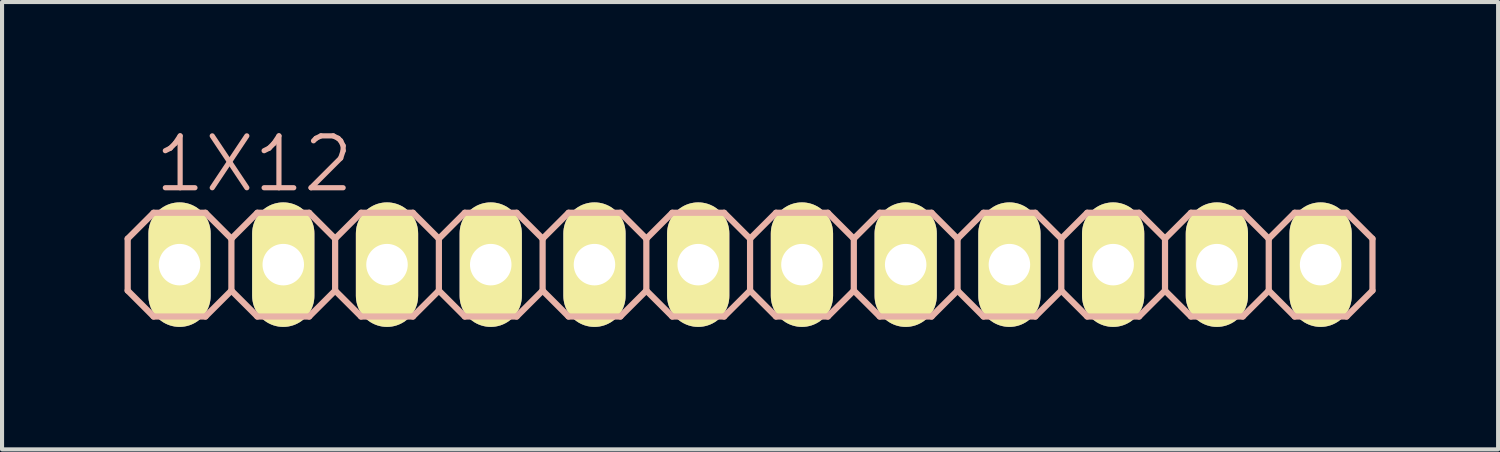
<source format=kicad_pcb>
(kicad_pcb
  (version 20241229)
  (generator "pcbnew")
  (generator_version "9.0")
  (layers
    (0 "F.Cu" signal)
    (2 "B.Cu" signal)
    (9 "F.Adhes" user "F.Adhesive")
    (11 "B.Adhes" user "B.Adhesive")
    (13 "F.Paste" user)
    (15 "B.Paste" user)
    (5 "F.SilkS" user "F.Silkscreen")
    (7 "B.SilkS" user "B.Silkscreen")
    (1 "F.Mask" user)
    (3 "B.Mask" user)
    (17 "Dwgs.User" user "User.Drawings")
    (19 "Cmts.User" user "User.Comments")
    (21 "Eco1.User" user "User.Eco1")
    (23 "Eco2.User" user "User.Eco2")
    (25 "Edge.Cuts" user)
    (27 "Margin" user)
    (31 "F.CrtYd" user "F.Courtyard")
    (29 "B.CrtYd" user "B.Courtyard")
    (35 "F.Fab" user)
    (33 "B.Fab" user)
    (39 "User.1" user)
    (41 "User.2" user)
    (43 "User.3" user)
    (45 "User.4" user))
  (footprint "1X12"
    (layer "F.Cu")
    (at 15.316 3.43)
    (property "Reference" "1X12" (at -12.141 -2.464 0) (layer "B.SilkS") (effects (font (size 1.27 1.27) (thickness 0.127))))
    (attr exclude_from_pos_files exclude_from_bom)
    (fp_line (start -14.224 -0.254) (end -13.716 -0.254) (stroke (width 0.066) (type solid)) (layer "F.SilkS"))
    (fp_line (start -14.224 0.254) (end -14.224 -0.254) (stroke (width 0.066) (type solid)) (layer "F.SilkS"))
    (fp_line (start -14.224 0.254) (end -13.716 0.254) (stroke (width 0.066) (type solid)) (layer "F.SilkS"))
    (fp_line (start -13.716 0.254) (end -13.716 -0.254) (stroke (width 0.066) (type solid)) (layer "F.SilkS"))
    (fp_line (start -11.684 -0.254) (end -11.176 -0.254) (stroke (width 0.066) (type solid)) (layer "F.SilkS"))
    (fp_line (start -11.684 0.254) (end -11.684 -0.254) (stroke (width 0.066) (type solid)) (layer "F.SilkS"))
    (fp_line (start -11.684 0.254) (end -11.176 0.254) (stroke (width 0.066) (type solid)) (layer "F.SilkS"))
    (fp_line (start -11.176 0.254) (end -11.176 -0.254) (stroke (width 0.066) (type solid)) (layer "F.SilkS"))
    (fp_line (start -9.144 -0.254) (end -8.636 -0.254) (stroke (width 0.066) (type solid)) (layer "F.SilkS"))
    (fp_line (start -9.144 0.254) (end -9.144 -0.254) (stroke (width 0.066) (type solid)) (layer "F.SilkS"))
    (fp_line (start -9.144 0.254) (end -8.636 0.254) (stroke (width 0.066) (type solid)) (layer "F.SilkS"))
    (fp_line (start -8.636 0.254) (end -8.636 -0.254) (stroke (width 0.066) (type solid)) (layer "F.SilkS"))
    (fp_line (start -6.604 -0.254) (end -6.096 -0.254) (stroke (width 0.066) (type solid)) (layer "F.SilkS"))
    (fp_line (start -6.604 0.254) (end -6.604 -0.254) (stroke (width 0.066) (type solid)) (layer "F.SilkS"))
    (fp_line (start -6.604 0.254) (end -6.096 0.254) (stroke (width 0.066) (type solid)) (layer "F.SilkS"))
    (fp_line (start -6.096 0.254) (end -6.096 -0.254) (stroke (width 0.066) (type solid)) (layer "F.SilkS"))
    (fp_line (start -4.064 -0.254) (end -3.556 -0.254) (stroke (width 0.066) (type solid)) (layer "F.SilkS"))
    (fp_line (start -4.064 0.254) (end -4.064 -0.254) (stroke (width 0.066) (type solid)) (layer "F.SilkS"))
    (fp_line (start -4.064 0.254) (end -3.556 0.254) (stroke (width 0.066) (type solid)) (layer "F.SilkS"))
    (fp_line (start -3.556 0.254) (end -3.556 -0.254) (stroke (width 0.066) (type solid)) (layer "F.SilkS"))
    (fp_line (start -1.524 -0.254) (end -1.016 -0.254) (stroke (width 0.066) (type solid)) (layer "F.SilkS"))
    (fp_line (start -1.524 0.254) (end -1.524 -0.254) (stroke (width 0.066) (type solid)) (layer "F.SilkS"))
    (fp_line (start -1.524 0.254) (end -1.016 0.254) (stroke (width 0.066) (type solid)) (layer "F.SilkS"))
    (fp_line (start -1.016 0.254) (end -1.016 -0.254) (stroke (width 0.066) (type solid)) (layer "F.SilkS"))
    (fp_line (start 1.016 -0.254) (end 1.524 -0.254) (stroke (width 0.066) (type solid)) (layer "F.SilkS"))
    (fp_line (start 1.016 0.254) (end 1.016 -0.254) (stroke (width 0.066) (type solid)) (layer "F.SilkS"))
    (fp_line (start 1.016 0.254) (end 1.524 0.254) (stroke (width 0.066) (type solid)) (layer "F.SilkS"))
    (fp_line (start 1.524 0.254) (end 1.524 -0.254) (stroke (width 0.066) (type solid)) (layer "F.SilkS"))
    (fp_line (start 3.556 -0.254) (end 4.064 -0.254) (stroke (width 0.066) (type solid)) (layer "F.SilkS"))
    (fp_line (start 3.556 0.254) (end 3.556 -0.254) (stroke (width 0.066) (type solid)) (layer "F.SilkS"))
    (fp_line (start 3.556 0.254) (end 4.064 0.254) (stroke (width 0.066) (type solid)) (layer "F.SilkS"))
    (fp_line (start 4.064 0.254) (end 4.064 -0.254) (stroke (width 0.066) (type solid)) (layer "F.SilkS"))
    (fp_line (start 6.096 -0.254) (end 6.604 -0.254) (stroke (width 0.066) (type solid)) (layer "F.SilkS"))
    (fp_line (start 6.096 0.254) (end 6.096 -0.254) (stroke (width 0.066) (type solid)) (layer "F.SilkS"))
    (fp_line (start 6.096 0.254) (end 6.604 0.254) (stroke (width 0.066) (type solid)) (layer "F.SilkS"))
    (fp_line (start 6.604 0.254) (end 6.604 -0.254) (stroke (width 0.066) (type solid)) (layer "F.SilkS"))
    (fp_line (start 8.636 -0.254) (end 9.144 -0.254) (stroke (width 0.066) (type solid)) (layer "F.SilkS"))
    (fp_line (start 8.636 0.254) (end 8.636 -0.254) (stroke (width 0.066) (type solid)) (layer "F.SilkS"))
    (fp_line (start 8.636 0.254) (end 9.144 0.254) (stroke (width 0.066) (type solid)) (layer "F.SilkS"))
    (fp_line (start 9.144 0.254) (end 9.144 -0.254) (stroke (width 0.066) (type solid)) (layer "F.SilkS"))
    (fp_line (start 11.176 -0.254) (end 11.684 -0.254) (stroke (width 0.066) (type solid)) (layer "F.SilkS"))
    (fp_line (start 11.176 0.254) (end 11.176 -0.254) (stroke (width 0.066) (type solid)) (layer "F.SilkS"))
    (fp_line (start 11.176 0.254) (end 11.684 0.254) (stroke (width 0.066) (type solid)) (layer "F.SilkS"))
    (fp_line (start 11.684 0.254) (end 11.684 -0.254) (stroke (width 0.066) (type solid)) (layer "F.SilkS"))
    (fp_line (start 13.716 -0.254) (end 14.224 -0.254) (stroke (width 0.066) (type solid)) (layer "F.SilkS"))
    (fp_line (start 13.716 0.254) (end 13.716 -0.254) (stroke (width 0.066) (type solid)) (layer "F.SilkS"))
    (fp_line (start 13.716 0.254) (end 14.224 0.254) (stroke (width 0.066) (type solid)) (layer "F.SilkS"))
    (fp_line (start 14.224 0.254) (end 14.224 -0.254) (stroke (width 0.066) (type solid)) (layer "F.SilkS"))
    (fp_line (start -15.24 -0.635) (end -15.24 0.635) (stroke (width 0.152) (type solid)) (layer "B.SilkS"))
    (fp_line (start -15.24 0.635) (end -14.605 1.27) (stroke (width 0.152) (type solid)) (layer "B.SilkS"))
    (fp_line (start -14.605 -1.27) (end -15.24 -0.635) (stroke (width 0.152) (type solid)) (layer "B.SilkS"))
    (fp_line (start -14.605 -1.27) (end -13.335 -1.27) (stroke (width 0.152) (type solid)) (layer "B.SilkS"))
    (fp_line (start -13.335 -1.27) (end -12.7 -0.635) (stroke (width 0.152) (type solid)) (layer "B.SilkS"))
    (fp_line (start -13.335 1.27) (end -14.605 1.27) (stroke (width 0.152) (type solid)) (layer "B.SilkS"))
    (fp_line (start -12.7 -0.635) (end -12.7 0.635) (stroke (width 0.152) (type solid)) (layer "B.SilkS"))
    (fp_line (start -12.7 -0.635) (end -12.065 -1.27) (stroke (width 0.152) (type solid)) (layer "B.SilkS"))
    (fp_line (start -12.7 0.635) (end -13.335 1.27) (stroke (width 0.152) (type solid)) (layer "B.SilkS"))
    (fp_line (start -12.065 -1.27) (end -10.795 -1.27) (stroke (width 0.152) (type solid)) (layer "B.SilkS"))
    (fp_line (start -12.065 1.27) (end -12.7 0.635) (stroke (width 0.152) (type solid)) (layer "B.SilkS"))
    (fp_line (start -10.795 -1.27) (end -10.16 -0.635) (stroke (width 0.152) (type solid)) (layer "B.SilkS"))
    (fp_line (start -10.795 1.27) (end -12.065 1.27) (stroke (width 0.152) (type solid)) (layer "B.SilkS"))
    (fp_line (start -10.16 -0.635) (end -10.16 0.635) (stroke (width 0.152) (type solid)) (layer "B.SilkS"))
    (fp_line (start -10.16 -0.635) (end -9.525 -1.27) (stroke (width 0.152) (type solid)) (layer "B.SilkS"))
    (fp_line (start -10.16 0.635) (end -10.795 1.27) (stroke (width 0.152) (type solid)) (layer "B.SilkS"))
    (fp_line (start -9.525 -1.27) (end -8.255 -1.27) (stroke (width 0.152) (type solid)) (layer "B.SilkS"))
    (fp_line (start -9.525 1.27) (end -10.16 0.635) (stroke (width 0.152) (type solid)) (layer "B.SilkS"))
    (fp_line (start -8.255 -1.27) (end -7.62 -0.635) (stroke (width 0.152) (type solid)) (layer "B.SilkS"))
    (fp_line (start -8.255 1.27) (end -9.525 1.27) (stroke (width 0.152) (type solid)) (layer "B.SilkS"))
    (fp_line (start -7.62 -0.635) (end -7.62 0.635) (stroke (width 0.152) (type solid)) (layer "B.SilkS"))
    (fp_line (start -7.62 0.635) (end -8.255 1.27) (stroke (width 0.152) (type solid)) (layer "B.SilkS"))
    (fp_line (start -7.62 0.635) (end -6.985 1.27) (stroke (width 0.152) (type solid)) (layer "B.SilkS"))
    (fp_line (start -6.985 -1.27) (end -7.62 -0.635) (stroke (width 0.152) (type solid)) (layer "B.SilkS"))
    (fp_line (start -6.985 -1.27) (end -5.715 -1.27) (stroke (width 0.152) (type solid)) (layer "B.SilkS"))
    (fp_line (start -5.715 -1.27) (end -5.08 -0.635) (stroke (width 0.152) (type solid)) (layer "B.SilkS"))
    (fp_line (start -5.715 1.27) (end -6.985 1.27) (stroke (width 0.152) (type solid)) (layer "B.SilkS"))
    (fp_line (start -5.08 -0.635) (end -5.08 0.635) (stroke (width 0.152) (type solid)) (layer "B.SilkS"))
    (fp_line (start -5.08 -0.635) (end -4.445 -1.27) (stroke (width 0.152) (type solid)) (layer "B.SilkS"))
    (fp_line (start -5.08 0.635) (end -5.715 1.27) (stroke (width 0.152) (type solid)) (layer "B.SilkS"))
    (fp_line (start -4.445 -1.27) (end -3.175 -1.27) (stroke (width 0.152) (type solid)) (layer "B.SilkS"))
    (fp_line (start -4.445 1.27) (end -5.08 0.635) (stroke (width 0.152) (type solid)) (layer "B.SilkS"))
    (fp_line (start -3.175 -1.27) (end -2.54 -0.635) (stroke (width 0.152) (type solid)) (layer "B.SilkS"))
    (fp_line (start -3.175 1.27) (end -4.445 1.27) (stroke (width 0.152) (type solid)) (layer "B.SilkS"))
    (fp_line (start -2.54 -0.635) (end -2.54 0.635) (stroke (width 0.152) (type solid)) (layer "B.SilkS"))
    (fp_line (start -2.54 -0.635) (end -1.905 -1.27) (stroke (width 0.152) (type solid)) (layer "B.SilkS"))
    (fp_line (start -2.54 0.635) (end -3.175 1.27) (stroke (width 0.152) (type solid)) (layer "B.SilkS"))
    (fp_line (start -1.905 -1.27) (end -0.635 -1.27) (stroke (width 0.152) (type solid)) (layer "B.SilkS"))
    (fp_line (start -1.905 1.27) (end -2.54 0.635) (stroke (width 0.152) (type solid)) (layer "B.SilkS"))
    (fp_line (start -0.635 -1.27) (end 0 -0.635) (stroke (width 0.152) (type solid)) (layer "B.SilkS"))
    (fp_line (start -0.635 1.27) (end -1.905 1.27) (stroke (width 0.152) (type solid)) (layer "B.SilkS"))
    (fp_line (start 0 -0.635) (end 0 0.635) (stroke (width 0.152) (type solid)) (layer "B.SilkS"))
    (fp_line (start 0 0.635) (end -0.635 1.27) (stroke (width 0.152) (type solid)) (layer "B.SilkS"))
    (fp_line (start 0 0.635) (end 0.635 1.27) (stroke (width 0.152) (type solid)) (layer "B.SilkS"))
    (fp_line (start 0.635 -1.27) (end 0 -0.635) (stroke (width 0.152) (type solid)) (layer "B.SilkS"))
    (fp_line (start 0.635 -1.27) (end 1.905 -1.27) (stroke (width 0.152) (type solid)) (layer "B.SilkS"))
    (fp_line (start 1.905 -1.27) (end 2.54 -0.635) (stroke (width 0.152) (type solid)) (layer "B.SilkS"))
    (fp_line (start 1.905 1.27) (end 0.635 1.27) (stroke (width 0.152) (type solid)) (layer "B.SilkS"))
    (fp_line (start 2.54 -0.635) (end 2.54 0.635) (stroke (width 0.152) (type solid)) (layer "B.SilkS"))
    (fp_line (start 2.54 -0.635) (end 3.175 -1.27) (stroke (width 0.152) (type solid)) (layer "B.SilkS"))
    (fp_line (start 2.54 0.635) (end 1.905 1.27) (stroke (width 0.152) (type solid)) (layer "B.SilkS"))
    (fp_line (start 3.175 -1.27) (end 4.445 -1.27) (stroke (width 0.152) (type solid)) (layer "B.SilkS"))
    (fp_line (start 3.175 1.27) (end 2.54 0.635) (stroke (width 0.152) (type solid)) (layer "B.SilkS"))
    (fp_line (start 4.445 -1.27) (end 5.08 -0.635) (stroke (width 0.152) (type solid)) (layer "B.SilkS"))
    (fp_line (start 4.445 1.27) (end 3.175 1.27) (stroke (width 0.152) (type solid)) (layer "B.SilkS"))
    (fp_line (start 5.08 -0.635) (end 5.08 0.635) (stroke (width 0.152) (type solid)) (layer "B.SilkS"))
    (fp_line (start 5.08 -0.635) (end 5.715 -1.27) (stroke (width 0.152) (type solid)) (layer "B.SilkS"))
    (fp_line (start 5.08 0.635) (end 4.445 1.27) (stroke (width 0.152) (type solid)) (layer "B.SilkS"))
    (fp_line (start 5.715 -1.27) (end 6.985 -1.27) (stroke (width 0.152) (type solid)) (layer "B.SilkS"))
    (fp_line (start 5.715 1.27) (end 5.08 0.635) (stroke (width 0.152) (type solid)) (layer "B.SilkS"))
    (fp_line (start 6.985 -1.27) (end 7.62 -0.635) (stroke (width 0.152) (type solid)) (layer "B.SilkS"))
    (fp_line (start 6.985 1.27) (end 5.715 1.27) (stroke (width 0.152) (type solid)) (layer "B.SilkS"))
    (fp_line (start 7.62 -0.635) (end 7.62 0.635) (stroke (width 0.152) (type solid)) (layer "B.SilkS"))
    (fp_line (start 7.62 0.635) (end 6.985 1.27) (stroke (width 0.152) (type solid)) (layer "B.SilkS"))
    (fp_line (start 7.62 0.635) (end 8.255 1.27) (stroke (width 0.152) (type solid)) (layer "B.SilkS"))
    (fp_line (start 8.255 -1.27) (end 7.62 -0.635) (stroke (width 0.152) (type solid)) (layer "B.SilkS"))
    (fp_line (start 8.255 -1.27) (end 9.525 -1.27) (stroke (width 0.152) (type solid)) (layer "B.SilkS"))
    (fp_line (start 9.525 -1.27) (end 10.16 -0.635) (stroke (width 0.152) (type solid)) (layer "B.SilkS"))
    (fp_line (start 9.525 1.27) (end 8.255 1.27) (stroke (width 0.152) (type solid)) (layer "B.SilkS"))
    (fp_line (start 10.16 -0.635) (end 10.16 0.635) (stroke (width 0.152) (type solid)) (layer "B.SilkS"))
    (fp_line (start 10.16 -0.635) (end 10.795 -1.27) (stroke (width 0.152) (type solid)) (layer "B.SilkS"))
    (fp_line (start 10.16 0.635) (end 9.525 1.27) (stroke (width 0.152) (type solid)) (layer "B.SilkS"))
    (fp_line (start 10.795 -1.27) (end 12.065 -1.27) (stroke (width 0.152) (type solid)) (layer "B.SilkS"))
    (fp_line (start 10.795 1.27) (end 10.16 0.635) (stroke (width 0.152) (type solid)) (layer "B.SilkS"))
    (fp_line (start 12.065 -1.27) (end 12.7 -0.635) (stroke (width 0.152) (type solid)) (layer "B.SilkS"))
    (fp_line (start 12.065 1.27) (end 10.795 1.27) (stroke (width 0.152) (type solid)) (layer "B.SilkS"))
    (fp_line (start 12.7 -0.635) (end 12.7 0.635) (stroke (width 0.152) (type solid)) (layer "B.SilkS"))
    (fp_line (start 12.7 -0.635) (end 13.335 -1.27) (stroke (width 0.152) (type solid)) (layer "B.SilkS"))
    (fp_line (start 12.7 0.635) (end 12.065 1.27) (stroke (width 0.152) (type solid)) (layer "B.SilkS"))
    (fp_line (start 13.335 -1.27) (end 14.605 -1.27) (stroke (width 0.152) (type solid)) (layer "B.SilkS"))
    (fp_line (start 13.335 1.27) (end 12.7 0.635) (stroke (width 0.152) (type solid)) (layer "B.SilkS"))
    (fp_line (start 14.605 -1.27) (end 15.24 -0.635) (stroke (width 0.152) (type solid)) (layer "B.SilkS"))
    (fp_line (start 14.605 1.27) (end 13.335 1.27) (stroke (width 0.152) (type solid)) (layer "B.SilkS"))
    (fp_line (start 15.24 -0.635) (end 15.24 0.635) (stroke (width 0.152) (type solid)) (layer "B.SilkS"))
    (fp_line (start 15.24 0.635) (end 14.605 1.27) (stroke (width 0.152) (type solid)) (layer "B.SilkS"))
    (pad "1" thru_hole oval (at -13.97 0 180) (size 1.524 3.048) (drill 1.016) (layers "*.Cu" "F.Mask" "F.SilkS" "F.Paste"))
    (pad "2" thru_hole oval (at -11.43 0 180) (size 1.524 3.048) (drill 1.016) (layers "*.Cu" "F.Mask" "F.SilkS" "F.Paste"))
    (pad "3" thru_hole oval (at -8.89 0 180) (size 1.524 3.048) (drill 1.016) (layers "*.Cu" "F.Mask" "F.SilkS" "F.Paste"))
    (pad "4" thru_hole oval (at -6.35 0 180) (size 1.524 3.048) (drill 1.016) (layers "*.Cu" "F.Mask" "F.SilkS" "F.Paste"))
    (pad "5" thru_hole oval (at -3.81 0 180) (size 1.524 3.048) (drill 1.016) (layers "*.Cu" "F.Mask" "F.SilkS" "F.Paste"))
    (pad "6" thru_hole oval (at -1.27 0 180) (size 1.524 3.048) (drill 1.016) (layers "*.Cu" "F.Mask" "F.SilkS" "F.Paste"))
    (pad "7" thru_hole oval (at 1.27 0 180) (size 1.524 3.048) (drill 1.016) (layers "*.Cu" "F.Mask" "F.SilkS" "F.Paste"))
    (pad "8" thru_hole oval (at 3.81 0 180) (size 1.524 3.048) (drill 1.016) (layers "*.Cu" "F.Mask" "F.SilkS" "F.Paste"))
    (pad "9" thru_hole oval (at 6.35 0 180) (size 1.524 3.048) (drill 1.016) (layers "*.Cu" "F.Mask" "F.SilkS" "F.Paste"))
    (pad "10" thru_hole oval (at 8.89 0 180) (size 1.524 3.048) (drill 1.016) (layers "*.Cu" "F.Mask" "F.SilkS" "F.Paste"))
    (pad "11" thru_hole oval (at 11.43 0 180) (size 1.524 3.048) (drill 1.016) (layers "*.Cu" "F.Mask" "F.SilkS" "F.Paste"))
    (pad "12" thru_hole oval (at 13.97 0 180) (size 1.524 3.048) (drill 1.016) (layers "*.Cu" "F.Mask" "F.SilkS" "F.Paste")))
  (gr_rect
    (start -3 -3)
    (end 33.632 7.954)
    (stroke (width 0.1) (type default))
    (fill no)
    (layer "Edge.Cuts")))
</source>
